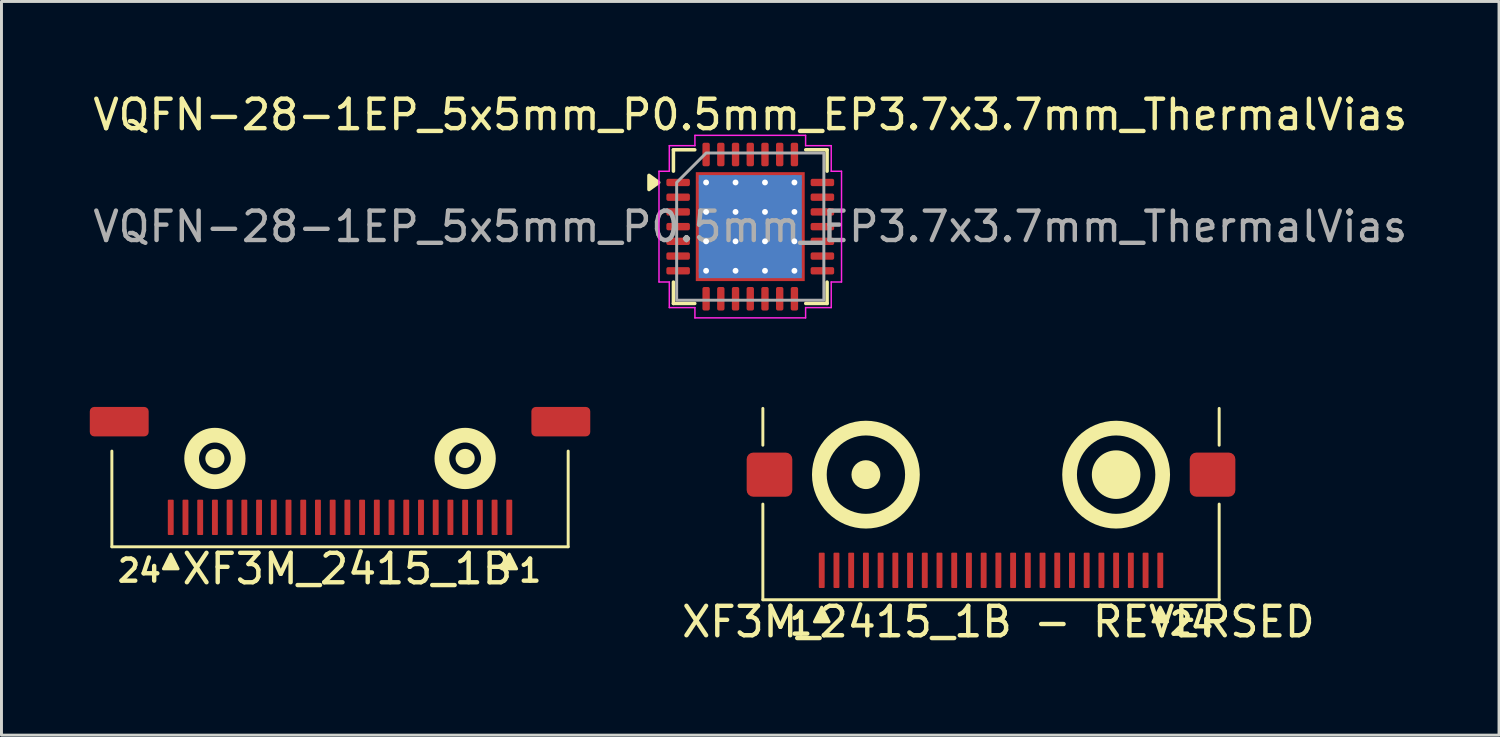
<source format=kicad_pcb>
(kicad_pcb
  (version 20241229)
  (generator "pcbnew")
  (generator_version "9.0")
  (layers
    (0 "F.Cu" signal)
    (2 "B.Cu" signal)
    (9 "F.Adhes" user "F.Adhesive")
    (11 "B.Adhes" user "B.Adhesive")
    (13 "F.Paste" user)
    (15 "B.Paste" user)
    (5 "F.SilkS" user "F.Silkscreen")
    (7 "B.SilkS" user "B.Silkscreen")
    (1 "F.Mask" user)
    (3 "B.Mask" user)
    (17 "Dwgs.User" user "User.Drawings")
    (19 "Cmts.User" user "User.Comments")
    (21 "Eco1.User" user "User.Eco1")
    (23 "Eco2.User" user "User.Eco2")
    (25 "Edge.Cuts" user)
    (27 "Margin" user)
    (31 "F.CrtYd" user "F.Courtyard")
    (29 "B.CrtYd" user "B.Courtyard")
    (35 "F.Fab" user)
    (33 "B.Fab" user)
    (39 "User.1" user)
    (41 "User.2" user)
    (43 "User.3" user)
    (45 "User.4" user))
  (footprint "VQFN-28-1EP_5x5mm_P0.5mm_EP3.7x3.7mm_ThermalVias"
    (layer "F.Cu")
    (at 22.435 4.648)
    (property "Reference" "VQFN-28-1EP_5x5mm_P0.5mm_EP3.7x3.7mm_ThermalVias" (at 0 -3.8 0) (layer "F.SilkS") (effects (font (size 1 1) (thickness 0.15))))
    (attr smd)
    (fp_line (start -2.61 -2.61) (end -1.885 -2.61) (stroke (width 0.12) (type solid)) (layer "F.SilkS"))
    (fp_line (start -2.61 -1.885) (end -2.61 -2.61) (stroke (width 0.12) (type solid)) (layer "F.SilkS"))
    (fp_line (start -2.61 2.61) (end -2.61 1.885) (stroke (width 0.12) (type solid)) (layer "F.SilkS"))
    (fp_line (start -1.885 2.61) (end -2.61 2.61) (stroke (width 0.12) (type solid)) (layer "F.SilkS"))
    (fp_line (start 1.885 -2.61) (end 2.61 -2.61) (stroke (width 0.12) (type solid)) (layer "F.SilkS"))
    (fp_line (start 2.61 -2.61) (end 2.61 -1.885) (stroke (width 0.12) (type solid)) (layer "F.SilkS"))
    (fp_line (start 2.61 1.885) (end 2.61 2.61) (stroke (width 0.12) (type solid)) (layer "F.SilkS"))
    (fp_line (start 2.61 2.61) (end 1.885 2.61) (stroke (width 0.12) (type solid)) (layer "F.SilkS"))
    (fp_poly (pts (xy -3.11 -1.5) (xy -3.44 -1.26) (xy -3.44 -1.74)) (stroke (width 0.12) (type solid)) (fill yes) (layer "F.SilkS"))
    (fp_line (start -3.1 -1.88) (end -2.75 -1.88) (stroke (width 0.05) (type solid)) (layer "F.CrtYd"))
    (fp_line (start -3.1 1.88) (end -3.1 -1.88) (stroke (width 0.05) (type solid)) (layer "F.CrtYd"))
    (fp_line (start -2.75 -2.75) (end -1.88 -2.75) (stroke (width 0.05) (type solid)) (layer "F.CrtYd"))
    (fp_line (start -2.75 -1.88) (end -2.75 -2.75) (stroke (width 0.05) (type solid)) (layer "F.CrtYd"))
    (fp_line (start -2.75 1.88) (end -3.1 1.88) (stroke (width 0.05) (type solid)) (layer "F.CrtYd"))
    (fp_line (start -2.75 2.75) (end -2.75 1.88) (stroke (width 0.05) (type solid)) (layer "F.CrtYd"))
    (fp_line (start -1.88 -3.1) (end 1.88 -3.1) (stroke (width 0.05) (type solid)) (layer "F.CrtYd"))
    (fp_line (start -1.88 -2.75) (end -1.88 -3.1) (stroke (width 0.05) (type solid)) (layer "F.CrtYd"))
    (fp_line (start -1.88 2.75) (end -2.75 2.75) (stroke (width 0.05) (type solid)) (layer "F.CrtYd"))
    (fp_line (start -1.88 3.1) (end -1.88 2.75) (stroke (width 0.05) (type solid)) (layer "F.CrtYd"))
    (fp_line (start 1.88 -3.1) (end 1.88 -2.75) (stroke (width 0.05) (type solid)) (layer "F.CrtYd"))
    (fp_line (start 1.88 -2.75) (end 2.75 -2.75) (stroke (width 0.05) (type solid)) (layer "F.CrtYd"))
    (fp_line (start 1.88 2.75) (end 1.88 3.1) (stroke (width 0.05) (type solid)) (layer "F.CrtYd"))
    (fp_line (start 1.88 3.1) (end -1.88 3.1) (stroke (width 0.05) (type solid)) (layer "F.CrtYd"))
    (fp_line (start 2.75 -2.75) (end 2.75 -1.88) (stroke (width 0.05) (type solid)) (layer "F.CrtYd"))
    (fp_line (start 2.75 -1.88) (end 3.1 -1.88) (stroke (width 0.05) (type solid)) (layer "F.CrtYd"))
    (fp_line (start 2.75 1.88) (end 2.75 2.75) (stroke (width 0.05) (type solid)) (layer "F.CrtYd"))
    (fp_line (start 2.75 2.75) (end 1.88 2.75) (stroke (width 0.05) (type solid)) (layer "F.CrtYd"))
    (fp_line (start 3.1 -1.88) (end 3.1 1.88) (stroke (width 0.05) (type solid)) (layer "F.CrtYd"))
    (fp_line (start 3.1 1.88) (end 2.75 1.88) (stroke (width 0.05) (type solid)) (layer "F.CrtYd"))
    (fp_poly (pts (xy -2.5 -1.5) (xy -2.5 2.5) (xy 2.5 2.5) (xy 2.5 -2.5) (xy -1.5 -2.5)) (stroke (width 0.1) (type solid)) (fill no) (layer "F.Fab"))
    (fp_text user "${REFERENCE}" (at 0 0 0) (layer "F.Fab") (effects (font (size 1 1) (thickness 0.15))))
    (pad "" smd roundrect (at -0.925 -0.925) (size 1.49 1.49) (layers "F.Paste") (roundrect_rratio 0.168))
    (pad "" smd roundrect (at -0.925 0.925) (size 1.49 1.49) (layers "F.Paste") (roundrect_rratio 0.168))
    (pad "" smd roundrect (at 0.925 -0.925) (size 1.49 1.49) (layers "F.Paste") (roundrect_rratio 0.168))
    (pad "" smd roundrect (at 0.925 0.925) (size 1.49 1.49) (layers "F.Paste") (roundrect_rratio 0.168))
    (pad "1" smd roundrect (at -2.45 -1.5) (size 0.8 0.25) (layers "F.Cu" "F.Mask" "F.Paste") (roundrect_rratio 0.25))
    (pad "2" smd roundrect (at -2.45 -1) (size 0.8 0.25) (layers "F.Cu" "F.Mask" "F.Paste") (roundrect_rratio 0.25))
    (pad "3" smd roundrect (at -2.45 -0.5) (size 0.8 0.25) (layers "F.Cu" "F.Mask" "F.Paste") (roundrect_rratio 0.25))
    (pad "4" smd roundrect (at -2.45 0) (size 0.8 0.25) (layers "F.Cu" "F.Mask" "F.Paste") (roundrect_rratio 0.25))
    (pad "5" smd roundrect (at -2.45 0.5) (size 0.8 0.25) (layers "F.Cu" "F.Mask" "F.Paste") (roundrect_rratio 0.25))
    (pad "6" smd roundrect (at -2.45 1) (size 0.8 0.25) (layers "F.Cu" "F.Mask" "F.Paste") (roundrect_rratio 0.25))
    (pad "7" smd roundrect (at -2.45 1.5) (size 0.8 0.25) (layers "F.Cu" "F.Mask" "F.Paste") (roundrect_rratio 0.25))
    (pad "8" smd roundrect (at -1.5 2.45) (size 0.25 0.8) (layers "F.Cu" "F.Mask" "F.Paste") (roundrect_rratio 0.25))
    (pad "9" smd roundrect (at -1 2.45) (size 0.25 0.8) (layers "F.Cu" "F.Mask" "F.Paste") (roundrect_rratio 0.25))
    (pad "10" smd roundrect (at -0.5 2.45) (size 0.25 0.8) (layers "F.Cu" "F.Mask" "F.Paste") (roundrect_rratio 0.25))
    (pad "11" smd roundrect (at 0 2.45) (size 0.25 0.8) (layers "F.Cu" "F.Mask" "F.Paste") (roundrect_rratio 0.25))
    (pad "12" smd roundrect (at 0.5 2.45) (size 0.25 0.8) (layers "F.Cu" "F.Mask" "F.Paste") (roundrect_rratio 0.25))
    (pad "13" smd roundrect (at 1 2.45) (size 0.25 0.8) (layers "F.Cu" "F.Mask" "F.Paste") (roundrect_rratio 0.25))
    (pad "14" smd roundrect (at 1.5 2.45) (size 0.25 0.8) (layers "F.Cu" "F.Mask" "F.Paste") (roundrect_rratio 0.25))
    (pad "15" smd roundrect (at 2.45 1.5) (size 0.8 0.25) (layers "F.Cu" "F.Mask" "F.Paste") (roundrect_rratio 0.25))
    (pad "16" smd roundrect (at 2.45 1) (size 0.8 0.25) (layers "F.Cu" "F.Mask" "F.Paste") (roundrect_rratio 0.25))
    (pad "17" smd roundrect (at 2.45 0.5) (size 0.8 0.25) (layers "F.Cu" "F.Mask" "F.Paste") (roundrect_rratio 0.25))
    (pad "18" smd roundrect (at 2.45 0) (size 0.8 0.25) (layers "F.Cu" "F.Mask" "F.Paste") (roundrect_rratio 0.25))
    (pad "19" smd roundrect (at 2.45 -0.5) (size 0.8 0.25) (layers "F.Cu" "F.Mask" "F.Paste") (roundrect_rratio 0.25))
    (pad "20" smd roundrect (at 2.45 -1) (size 0.8 0.25) (layers "F.Cu" "F.Mask" "F.Paste") (roundrect_rratio 0.25))
    (pad "21" smd roundrect (at 2.45 -1.5) (size 0.8 0.25) (layers "F.Cu" "F.Mask" "F.Paste") (roundrect_rratio 0.25))
    (pad "22" smd roundrect (at 1.5 -2.45) (size 0.25 0.8) (layers "F.Cu" "F.Mask" "F.Paste") (roundrect_rratio 0.25))
    (pad "23" smd roundrect (at 1 -2.45) (size 0.25 0.8) (layers "F.Cu" "F.Mask" "F.Paste") (roundrect_rratio 0.25))
    (pad "24" smd roundrect (at 0.5 -2.45) (size 0.25 0.8) (layers "F.Cu" "F.Mask" "F.Paste") (roundrect_rratio 0.25))
    (pad "25" smd roundrect (at 0 -2.45) (size 0.25 0.8) (layers "F.Cu" "F.Mask" "F.Paste") (roundrect_rratio 0.25))
    (pad "26" smd roundrect (at -0.5 -2.45) (size 0.25 0.8) (layers "F.Cu" "F.Mask" "F.Paste") (roundrect_rratio 0.25))
    (pad "27" smd roundrect (at -1 -2.45) (size 0.25 0.8) (layers "F.Cu" "F.Mask" "F.Paste") (roundrect_rratio 0.25))
    (pad "28" smd roundrect (at -1.5 -2.45) (size 0.25 0.8) (layers "F.Cu" "F.Mask" "F.Paste") (roundrect_rratio 0.25))
    (pad "29" thru_hole circle (at -1.5 -1.5) (size 0.5 0.5) (drill 0.2) (property pad_prop_heatsink) (layers "*.Cu"))
    (pad "29" thru_hole circle (at -1.5 -0.5) (size 0.5 0.5) (drill 0.2) (property pad_prop_heatsink) (layers "*.Cu"))
    (pad "29" thru_hole circle (at -1.5 0.5) (size 0.5 0.5) (drill 0.2) (property pad_prop_heatsink) (layers "*.Cu"))
    (pad "29" thru_hole circle (at -1.5 1.5) (size 0.5 0.5) (drill 0.2) (property pad_prop_heatsink) (layers "*.Cu"))
    (pad "29" thru_hole circle (at -0.5 -1.5) (size 0.5 0.5) (drill 0.2) (property pad_prop_heatsink) (layers "*.Cu"))
    (pad "29" thru_hole circle (at -0.5 -0.5) (size 0.5 0.5) (drill 0.2) (property pad_prop_heatsink) (layers "*.Cu"))
    (pad "29" thru_hole circle (at -0.5 0.5) (size 0.5 0.5) (drill 0.2) (property pad_prop_heatsink) (layers "*.Cu"))
    (pad "29" thru_hole circle (at -0.5 1.5) (size 0.5 0.5) (drill 0.2) (property pad_prop_heatsink) (layers "*.Cu"))
    (pad "29" smd rect (at 0 0) (size 3.5 3.5) (property pad_prop_heatsink) (layers "B.Cu"))
    (pad "29" smd rect (at 0 0) (size 3.7 3.7) (property pad_prop_heatsink) (layers "F.Cu" "F.Mask"))
    (pad "29" thru_hole circle (at 0.5 -1.5) (size 0.5 0.5) (drill 0.2) (property pad_prop_heatsink) (layers "*.Cu"))
    (pad "29" thru_hole circle (at 0.5 -0.5) (size 0.5 0.5) (drill 0.2) (property pad_prop_heatsink) (layers "*.Cu"))
    (pad "29" thru_hole circle (at 0.5 0.5) (size 0.5 0.5) (drill 0.2) (property pad_prop_heatsink) (layers "*.Cu"))
    (pad "29" thru_hole circle (at 0.5 1.5) (size 0.5 0.5) (drill 0.2) (property pad_prop_heatsink) (layers "*.Cu"))
    (pad "29" thru_hole circle (at 1.5 -1.5) (size 0.5 0.5) (drill 0.2) (property pad_prop_heatsink) (layers "*.Cu"))
    (pad "29" thru_hole circle (at 1.5 -0.5) (size 0.5 0.5) (drill 0.2) (property pad_prop_heatsink) (layers "*.Cu"))
    (pad "29" thru_hole circle (at 1.5 0.5) (size 0.5 0.5) (drill 0.2) (property pad_prop_heatsink) (layers "*.Cu"))
    (pad "29" thru_hole circle (at 1.5 1.5) (size 0.5 0.5) (drill 0.2) (property pad_prop_heatsink) (layers "*.Cu")))
  (footprint "XF3M_2415_1B"
    (layer "F.Cu")
    (at 2.75 14.523)
    (property "Reference" "XF3M_2415_1B" (at 6 1.75 0) (unlocked yes) (layer "F.SilkS") (effects (font (size 1 1) (thickness 0.15))))
    (attr smd)
    (fp_line (start -2 1) (end -2 -2.25) (stroke (width 0.1) (type default)) (layer "F.SilkS"))
    (fp_line (start 13.5 1) (end -2 1) (stroke (width 0.1) (type default)) (layer "F.SilkS"))
    (fp_line (start 13.5 1) (end 13.5 -2.25) (stroke (width 0.1) (type default)) (layer "F.SilkS"))
    (fp_circle (center 1.5 -2) (end 1.75 -2) (stroke (width 0.15) (type solid)) (fill yes) (layer "F.SilkS"))
    (fp_circle (center 1.5 -2) (end 2.25 -2.25) (stroke (width 0.5) (type solid)) (fill no) (layer "F.SilkS"))
    (fp_circle (center 10 -2) (end 10.25 -2) (stroke (width 0.15) (type solid)) (fill yes) (layer "F.SilkS"))
    (fp_circle (center 10 -2) (end 10.75 -2.25) (stroke (width 0.5) (type solid)) (fill no) (layer "F.SilkS"))
    (fp_poly (pts (xy 0 1.25) (xy -0.25 1.75) (xy 0.25 1.75)) (stroke (width 0.1) (type solid)) (fill yes) (layer "F.SilkS"))
    (fp_poly (pts (xy 11.5 1.25) (xy 11.25 1.75) (xy 11.75 1.75)) (stroke (width 0.1) (type solid)) (fill yes) (layer "F.SilkS"))
    (fp_text user "24" (at -0.25 2.25 0) (unlocked yes) (layer "F.SilkS") (effects (font (size 0.75 0.75) (thickness 0.15)) (justify right bottom)))
    (fp_text user "1" (at 11.75 2.25 0) (unlocked yes) (layer "F.SilkS") (effects (font (size 0.75 0.75) (thickness 0.15)) (justify left bottom)))
    (pad "" smd roundrect (at -1.75 -3.25) (size 2 1) (layers "F.Cu" "F.Mask" "F.Paste") (roundrect_rratio 0.15))
    (pad "" smd roundrect (at 13.25 -3.25) (size 2 1) (layers "F.Cu" "F.Mask" "F.Paste") (roundrect_rratio 0.15))
    (pad "1" smd roundrect (at 11.5 0) (size 0.2 1.2) (layers "F.Cu" "F.Mask" "F.Paste") (roundrect_rratio 0.15))
    (pad "2" smd roundrect (at 11 0) (size 0.2 1.2) (layers "F.Cu" "F.Mask" "F.Paste") (roundrect_rratio 0.15))
    (pad "3" smd roundrect (at 10.5 0) (size 0.2 1.2) (layers "F.Cu" "F.Mask" "F.Paste") (roundrect_rratio 0.15))
    (pad "4" smd roundrect (at 10 0) (size 0.2 1.2) (layers "F.Cu" "F.Mask" "F.Paste") (roundrect_rratio 0.15))
    (pad "5" smd roundrect (at 9.5 0) (size 0.2 1.2) (layers "F.Cu" "F.Mask" "F.Paste") (roundrect_rratio 0.15))
    (pad "6" smd roundrect (at 9 0) (size 0.2 1.2) (layers "F.Cu" "F.Mask" "F.Paste") (roundrect_rratio 0.15))
    (pad "7" smd roundrect (at 8.5 0) (size 0.2 1.2) (layers "F.Cu" "F.Mask" "F.Paste") (roundrect_rratio 0.15))
    (pad "8" smd roundrect (at 8 0) (size 0.2 1.2) (layers "F.Cu" "F.Mask" "F.Paste") (roundrect_rratio 0.15))
    (pad "9" smd roundrect (at 7.5 0) (size 0.2 1.2) (layers "F.Cu" "F.Mask" "F.Paste") (roundrect_rratio 0.15))
    (pad "10" smd roundrect (at 7 0) (size 0.2 1.2) (layers "F.Cu" "F.Mask" "F.Paste") (roundrect_rratio 0.15))
    (pad "11" smd roundrect (at 6.5 0) (size 0.2 1.2) (layers "F.Cu" "F.Mask" "F.Paste") (roundrect_rratio 0.15))
    (pad "12" smd roundrect (at 6 0) (size 0.2 1.2) (layers "F.Cu" "F.Mask" "F.Paste") (roundrect_rratio 0.15))
    (pad "13" smd roundrect (at 5.5 0) (size 0.2 1.2) (layers "F.Cu" "F.Mask" "F.Paste") (roundrect_rratio 0.15))
    (pad "14" smd roundrect (at 5 0) (size 0.2 1.2) (layers "F.Cu" "F.Mask" "F.Paste") (roundrect_rratio 0.15))
    (pad "15" smd roundrect (at 4.5 0) (size 0.2 1.2) (layers "F.Cu" "F.Mask" "F.Paste") (roundrect_rratio 0.15))
    (pad "16" smd roundrect (at 4 0) (size 0.2 1.2) (layers "F.Cu" "F.Mask" "F.Paste") (roundrect_rratio 0.15))
    (pad "17" smd roundrect (at 3.5 0) (size 0.2 1.2) (layers "F.Cu" "F.Mask" "F.Paste") (roundrect_rratio 0.15))
    (pad "18" smd roundrect (at 3 0) (size 0.2 1.2) (layers "F.Cu" "F.Mask" "F.Paste") (roundrect_rratio 0.15))
    (pad "19" smd roundrect (at 2.5 0) (size 0.2 1.2) (layers "F.Cu" "F.Mask" "F.Paste") (roundrect_rratio 0.15))
    (pad "20" smd roundrect (at 2 0) (size 0.2 1.2) (layers "F.Cu" "F.Mask" "F.Paste") (roundrect_rratio 0.15))
    (pad "21" smd roundrect (at 1.5 0) (size 0.2 1.2) (layers "F.Cu" "F.Mask" "F.Paste") (roundrect_rratio 0.15))
    (pad "22" smd roundrect (at 1 0) (size 0.2 1.2) (layers "F.Cu" "F.Mask" "F.Paste") (roundrect_rratio 0.15))
    (pad "23" smd roundrect (at 0.5 0) (size 0.2 1.2) (layers "F.Cu" "F.Mask" "F.Paste") (roundrect_rratio 0.15))
    (pad "24" smd roundrect (at 0 0) (size 0.2 1.2) (layers "F.Cu" "F.Mask" "F.Paste") (roundrect_rratio 0.15)))
  (footprint "XF3M_2415_1B - REVERSED"
    (layer "F.Cu")
    (at 24.863 16.323)
    (property "Reference" "XF3M_2415_1B - REVERSED" (at 6 1.75 0) (unlocked yes) (layer "F.SilkS") (effects (font (size 1 1) (thickness 0.15))))
    (attr smd)
    (fp_line (start -2 -4.25) (end -2 -5.5) (stroke (width 0.1) (type default)) (layer "F.SilkS"))
    (fp_line (start -2 1) (end -2 -2.25) (stroke (width 0.1) (type default)) (layer "F.SilkS"))
    (fp_line (start 13.5 -4.25) (end 13.5 -5.5) (stroke (width 0.1) (type default)) (layer "F.SilkS"))
    (fp_line (start 13.5 1) (end -2 1) (stroke (width 0.1) (type default)) (layer "F.SilkS"))
    (fp_line (start 13.5 1) (end 13.5 -2.25) (stroke (width 0.1) (type default)) (layer "F.SilkS"))
    (fp_circle (center 1.5 -3.25) (end 1.831 -3.5) (stroke (width 0.15) (type solid)) (fill yes) (layer "F.SilkS"))
    (fp_circle (center 1.5 -3.25) (end 3 -3.75) (stroke (width 0.5) (type solid)) (fill no) (layer "F.SilkS"))
    (fp_circle (center 10 -3.25) (end 10.75 -3.25) (stroke (width 0.15) (type solid)) (fill yes) (layer "F.SilkS"))
    (fp_circle (center 10 -3.25) (end 11.5 -3.75) (stroke (width 0.5) (type solid)) (fill no) (layer "F.SilkS"))
    (fp_poly (pts (xy 0 1.25) (xy -0.25 1.75) (xy 0.25 1.75)) (stroke (width 0.1) (type solid)) (fill yes) (layer "F.SilkS"))
    (fp_poly (pts (xy 11.5 1.25) (xy 11.25 1.75) (xy 11.75 1.75)) (stroke (width 0.1) (type solid)) (fill yes) (layer "F.SilkS"))
    (fp_text user "1" (at -0.25 2.25 0) (unlocked yes) (layer "F.SilkS") (effects (font (size 0.75 0.75) (thickness 0.15)) (justify right bottom)))
    (fp_text user "24" (at 11.75 2.25 0) (unlocked yes) (layer "F.SilkS") (effects (font (size 0.75 0.75) (thickness 0.15)) (justify left bottom)))
    (pad "" smd roundrect (at -1.775 -3.25) (size 1.55 1.5) (layers "F.Cu" "F.Mask" "F.Paste") (roundrect_rratio 0.15))
    (pad "" smd roundrect (at 13.275 -3.25) (size 1.55 1.5) (layers "F.Cu" "F.Mask" "F.Paste") (roundrect_rratio 0.15))
    (pad "1" smd roundrect (at 0 0) (size 0.2 1.2) (layers "F.Cu" "F.Mask" "F.Paste") (roundrect_rratio 0.15))
    (pad "2" smd roundrect (at 0.5 0) (size 0.2 1.2) (layers "F.Cu" "F.Mask" "F.Paste") (roundrect_rratio 0.15))
    (pad "3" smd roundrect (at 1 0) (size 0.2 1.2) (layers "F.Cu" "F.Mask" "F.Paste") (roundrect_rratio 0.15))
    (pad "4" smd roundrect (at 1.5 0) (size 0.2 1.2) (layers "F.Cu" "F.Mask" "F.Paste") (roundrect_rratio 0.15))
    (pad "5" smd roundrect (at 2 0) (size 0.2 1.2) (layers "F.Cu" "F.Mask" "F.Paste") (roundrect_rratio 0.15))
    (pad "6" smd roundrect (at 2.5 0) (size 0.2 1.2) (layers "F.Cu" "F.Mask" "F.Paste") (roundrect_rratio 0.15))
    (pad "7" smd roundrect (at 3 0) (size 0.2 1.2) (layers "F.Cu" "F.Mask" "F.Paste") (roundrect_rratio 0.15))
    (pad "8" smd roundrect (at 3.5 0) (size 0.2 1.2) (layers "F.Cu" "F.Mask" "F.Paste") (roundrect_rratio 0.15))
    (pad "9" smd roundrect (at 4 0) (size 0.2 1.2) (layers "F.Cu" "F.Mask" "F.Paste") (roundrect_rratio 0.15))
    (pad "10" smd roundrect (at 4.5 0) (size 0.2 1.2) (layers "F.Cu" "F.Mask" "F.Paste") (roundrect_rratio 0.15))
    (pad "11" smd roundrect (at 5 0) (size 0.2 1.2) (layers "F.Cu" "F.Mask" "F.Paste") (roundrect_rratio 0.15))
    (pad "12" smd roundrect (at 5.5 0) (size 0.2 1.2) (layers "F.Cu" "F.Mask" "F.Paste") (roundrect_rratio 0.15))
    (pad "13" smd roundrect (at 6 0) (size 0.2 1.2) (layers "F.Cu" "F.Mask" "F.Paste") (roundrect_rratio 0.15))
    (pad "14" smd roundrect (at 6.5 0) (size 0.2 1.2) (layers "F.Cu" "F.Mask" "F.Paste") (roundrect_rratio 0.15))
    (pad "15" smd roundrect (at 7 0) (size 0.2 1.2) (layers "F.Cu" "F.Mask" "F.Paste") (roundrect_rratio 0.15))
    (pad "16" smd roundrect (at 7.5 0) (size 0.2 1.2) (layers "F.Cu" "F.Mask" "F.Paste") (roundrect_rratio 0.15))
    (pad "17" smd roundrect (at 8 0) (size 0.2 1.2) (layers "F.Cu" "F.Mask" "F.Paste") (roundrect_rratio 0.15))
    (pad "18" smd roundrect (at 8.5 0) (size 0.2 1.2) (layers "F.Cu" "F.Mask" "F.Paste") (roundrect_rratio 0.15))
    (pad "19" smd roundrect (at 9 0) (size 0.2 1.2) (layers "F.Cu" "F.Mask" "F.Paste") (roundrect_rratio 0.15))
    (pad "20" smd roundrect (at 9.5 0) (size 0.2 1.2) (layers "F.Cu" "F.Mask" "F.Paste") (roundrect_rratio 0.15))
    (pad "21" smd roundrect (at 10 0) (size 0.2 1.2) (layers "F.Cu" "F.Mask" "F.Paste") (roundrect_rratio 0.15))
    (pad "22" smd roundrect (at 10.5 0) (size 0.2 1.2) (layers "F.Cu" "F.Mask" "F.Paste") (roundrect_rratio 0.15))
    (pad "23" smd roundrect (at 11 0) (size 0.2 1.2) (layers "F.Cu" "F.Mask" "F.Paste") (roundrect_rratio 0.15))
    (pad "24" smd roundrect (at 11.5 0) (size 0.2 1.2) (layers "F.Cu" "F.Mask" "F.Paste") (roundrect_rratio 0.15)))
  (gr_rect
    (start -3 -3)
    (end 47.869 21.922)
    (stroke (width 0.1) (type default))
    (fill no)
    (layer "Edge.Cuts")))
</source>
